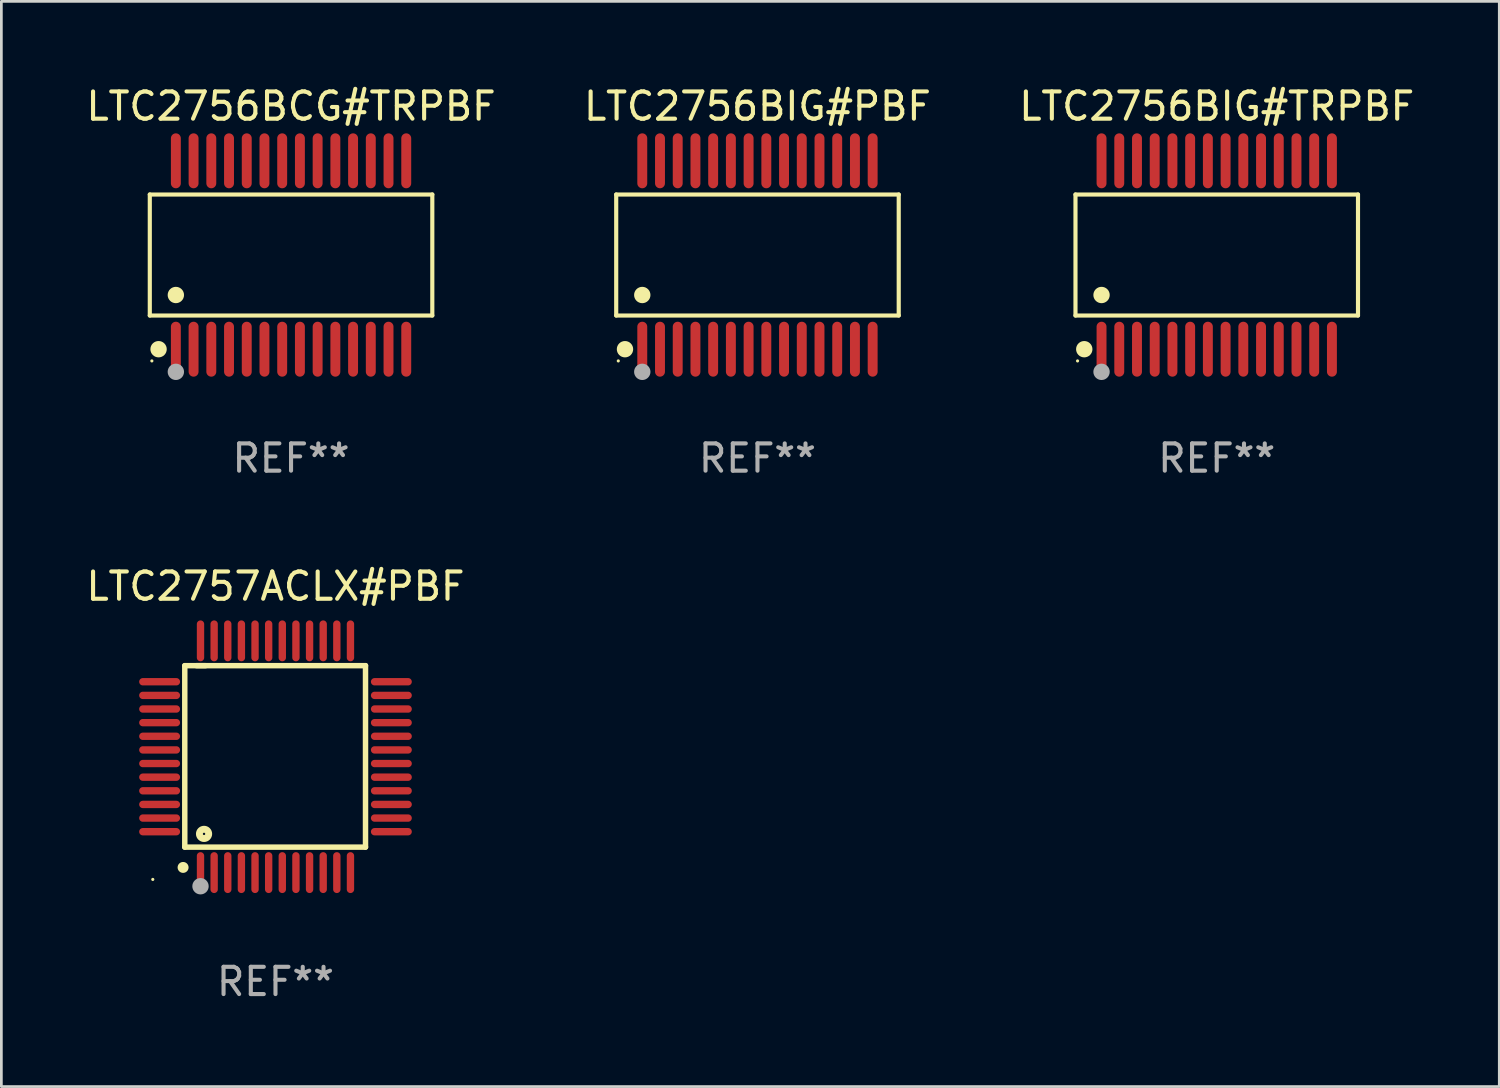
<source format=kicad_pcb>
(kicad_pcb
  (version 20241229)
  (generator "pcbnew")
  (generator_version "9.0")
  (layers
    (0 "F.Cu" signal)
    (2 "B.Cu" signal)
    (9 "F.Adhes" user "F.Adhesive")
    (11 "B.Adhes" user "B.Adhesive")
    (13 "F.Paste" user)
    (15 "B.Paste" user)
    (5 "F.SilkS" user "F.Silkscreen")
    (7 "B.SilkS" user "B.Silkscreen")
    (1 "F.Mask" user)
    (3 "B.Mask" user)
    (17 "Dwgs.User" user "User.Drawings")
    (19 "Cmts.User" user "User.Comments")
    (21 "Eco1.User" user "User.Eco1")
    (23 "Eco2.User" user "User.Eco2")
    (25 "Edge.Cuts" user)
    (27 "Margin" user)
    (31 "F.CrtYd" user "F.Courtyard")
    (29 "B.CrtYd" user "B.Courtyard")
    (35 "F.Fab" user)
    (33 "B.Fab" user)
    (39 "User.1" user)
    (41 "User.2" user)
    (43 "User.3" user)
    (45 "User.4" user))
  (footprint "LTC2756BCG#TRPBF"
    (layer "F.Cu")
    (at 7.625 6.303)
    (property "Reference" "LTC2756BCG#TRPBF" (at 0 -5.455 0) (layer "F.SilkS") (effects (font (size 1 1) (thickness 0.15))))
    (attr through_hole)
    (fp_line (start -5.181 -2.219) (end 5.181 -2.219) (stroke (width 0.152) (type solid)) (layer "F.SilkS"))
    (fp_line (start -5.181 2.219) (end -5.181 -2.219) (stroke (width 0.152) (type solid)) (layer "F.SilkS"))
    (fp_line (start 5.181 -2.219) (end 5.181 2.219) (stroke (width 0.152) (type solid)) (layer "F.SilkS"))
    (fp_line (start 5.181 2.219) (end -5.181 2.219) (stroke (width 0.152) (type solid)) (layer "F.SilkS"))
    (fp_circle (center -5.105 3.885) (end -5.075 3.885) (stroke (width 0.06) (type solid)) (fill no) (layer "F.SilkS"))
    (fp_circle (center -4.859 3.455) (end -4.709 3.455) (stroke (width 0.3) (type solid)) (fill no) (layer "F.SilkS"))
    (fp_circle (center -4.225 1.467) (end -4.075 1.467) (stroke (width 0.3) (type solid)) (fill no) (layer "F.SilkS"))
    (fp_circle (center -4.225 4.285) (end -4.075 4.285) (stroke (width 0.3) (type solid)) (fill no) (layer "F.Fab"))
    (fp_text user "REF**" (at 0 7.455 0) (layer "F.Fab") (effects (font (size 1 1) (thickness 0.15))))
    (pad "1" smd oval (at -4.225 3.455) (size 0.364 2.015) (layers "F.Cu" "F.Mask" "F.Paste"))
    (pad "2" smd oval (at -3.575 3.455) (size 0.364 2.015) (layers "F.Cu" "F.Mask" "F.Paste"))
    (pad "3" smd oval (at -2.925 3.455) (size 0.364 2.015) (layers "F.Cu" "F.Mask" "F.Paste"))
    (pad "4" smd oval (at -2.275 3.455) (size 0.364 2.015) (layers "F.Cu" "F.Mask" "F.Paste"))
    (pad "5" smd oval (at -1.625 3.455) (size 0.364 2.015) (layers "F.Cu" "F.Mask" "F.Paste"))
    (pad "6" smd oval (at -0.975 3.455) (size 0.364 2.015) (layers "F.Cu" "F.Mask" "F.Paste"))
    (pad "7" smd oval (at -0.325 3.455) (size 0.364 2.015) (layers "F.Cu" "F.Mask" "F.Paste"))
    (pad "8" smd oval (at 0.325 3.455) (size 0.364 2.015) (layers "F.Cu" "F.Mask" "F.Paste"))
    (pad "9" smd oval (at 0.975 3.455) (size 0.364 2.015) (layers "F.Cu" "F.Mask" "F.Paste"))
    (pad "10" smd oval (at 1.625 3.455) (size 0.364 2.015) (layers "F.Cu" "F.Mask" "F.Paste"))
    (pad "11" smd oval (at 2.275 3.455) (size 0.364 2.015) (layers "F.Cu" "F.Mask" "F.Paste"))
    (pad "12" smd oval (at 2.925 3.455) (size 0.364 2.015) (layers "F.Cu" "F.Mask" "F.Paste"))
    (pad "13" smd oval (at 3.575 3.455) (size 0.364 2.015) (layers "F.Cu" "F.Mask" "F.Paste"))
    (pad "14" smd oval (at 4.225 3.455) (size 0.364 2.015) (layers "F.Cu" "F.Mask" "F.Paste"))
    (pad "15" smd oval (at 4.225 -3.455) (size 0.364 2.015) (layers "F.Cu" "F.Mask" "F.Paste"))
    (pad "16" smd oval (at 3.575 -3.455) (size 0.364 2.015) (layers "F.Cu" "F.Mask" "F.Paste"))
    (pad "17" smd oval (at 2.925 -3.455) (size 0.364 2.015) (layers "F.Cu" "F.Mask" "F.Paste"))
    (pad "18" smd oval (at 2.275 -3.455) (size 0.364 2.015) (layers "F.Cu" "F.Mask" "F.Paste"))
    (pad "19" smd oval (at 1.625 -3.455) (size 0.364 2.015) (layers "F.Cu" "F.Mask" "F.Paste"))
    (pad "20" smd oval (at 0.975 -3.455) (size 0.364 2.015) (layers "F.Cu" "F.Mask" "F.Paste"))
    (pad "21" smd oval (at 0.325 -3.455) (size 0.364 2.015) (layers "F.Cu" "F.Mask" "F.Paste"))
    (pad "22" smd oval (at -0.325 -3.455) (size 0.364 2.015) (layers "F.Cu" "F.Mask" "F.Paste"))
    (pad "23" smd oval (at -0.975 -3.455) (size 0.364 2.015) (layers "F.Cu" "F.Mask" "F.Paste"))
    (pad "24" smd oval (at -1.625 -3.455) (size 0.364 2.015) (layers "F.Cu" "F.Mask" "F.Paste"))
    (pad "25" smd oval (at -2.275 -3.455) (size 0.364 2.015) (layers "F.Cu" "F.Mask" "F.Paste"))
    (pad "26" smd oval (at -2.925 -3.455) (size 0.364 2.015) (layers "F.Cu" "F.Mask" "F.Paste"))
    (pad "27" smd oval (at -3.575 -3.455) (size 0.364 2.015) (layers "F.Cu" "F.Mask" "F.Paste"))
    (pad "28" smd oval (at -4.225 -3.455) (size 0.364 2.015) (layers "F.Cu" "F.Mask" "F.Paste")))
  (footprint "LTC2756BIG#TRPBF"
    (layer "F.Cu")
    (at 41.577 6.303)
    (property "Reference" "LTC2756BIG#TRPBF" (at 0 -5.455 0) (layer "F.SilkS") (effects (font (size 1 1) (thickness 0.15))))
    (attr through_hole)
    (fp_line (start -5.181 -2.219) (end 5.181 -2.219) (stroke (width 0.152) (type solid)) (layer "F.SilkS"))
    (fp_line (start -5.181 2.219) (end -5.181 -2.219) (stroke (width 0.152) (type solid)) (layer "F.SilkS"))
    (fp_line (start 5.181 -2.219) (end 5.181 2.219) (stroke (width 0.152) (type solid)) (layer "F.SilkS"))
    (fp_line (start 5.181 2.219) (end -5.181 2.219) (stroke (width 0.152) (type solid)) (layer "F.SilkS"))
    (fp_circle (center -5.105 3.885) (end -5.075 3.885) (stroke (width 0.06) (type solid)) (fill no) (layer "F.SilkS"))
    (fp_circle (center -4.859 3.455) (end -4.709 3.455) (stroke (width 0.3) (type solid)) (fill no) (layer "F.SilkS"))
    (fp_circle (center -4.225 1.467) (end -4.075 1.467) (stroke (width 0.3) (type solid)) (fill no) (layer "F.SilkS"))
    (fp_circle (center -4.225 4.285) (end -4.075 4.285) (stroke (width 0.3) (type solid)) (fill no) (layer "F.Fab"))
    (fp_text user "REF**" (at 0 7.455 0) (layer "F.Fab") (effects (font (size 1 1) (thickness 0.15))))
    (pad "1" smd oval (at -4.225 3.455) (size 0.364 2.015) (layers "F.Cu" "F.Mask" "F.Paste"))
    (pad "2" smd oval (at -3.575 3.455) (size 0.364 2.015) (layers "F.Cu" "F.Mask" "F.Paste"))
    (pad "3" smd oval (at -2.925 3.455) (size 0.364 2.015) (layers "F.Cu" "F.Mask" "F.Paste"))
    (pad "4" smd oval (at -2.275 3.455) (size 0.364 2.015) (layers "F.Cu" "F.Mask" "F.Paste"))
    (pad "5" smd oval (at -1.625 3.455) (size 0.364 2.015) (layers "F.Cu" "F.Mask" "F.Paste"))
    (pad "6" smd oval (at -0.975 3.455) (size 0.364 2.015) (layers "F.Cu" "F.Mask" "F.Paste"))
    (pad "7" smd oval (at -0.325 3.455) (size 0.364 2.015) (layers "F.Cu" "F.Mask" "F.Paste"))
    (pad "8" smd oval (at 0.325 3.455) (size 0.364 2.015) (layers "F.Cu" "F.Mask" "F.Paste"))
    (pad "9" smd oval (at 0.975 3.455) (size 0.364 2.015) (layers "F.Cu" "F.Mask" "F.Paste"))
    (pad "10" smd oval (at 1.625 3.455) (size 0.364 2.015) (layers "F.Cu" "F.Mask" "F.Paste"))
    (pad "11" smd oval (at 2.275 3.455) (size 0.364 2.015) (layers "F.Cu" "F.Mask" "F.Paste"))
    (pad "12" smd oval (at 2.925 3.455) (size 0.364 2.015) (layers "F.Cu" "F.Mask" "F.Paste"))
    (pad "13" smd oval (at 3.575 3.455) (size 0.364 2.015) (layers "F.Cu" "F.Mask" "F.Paste"))
    (pad "14" smd oval (at 4.225 3.455) (size 0.364 2.015) (layers "F.Cu" "F.Mask" "F.Paste"))
    (pad "15" smd oval (at 4.225 -3.455) (size 0.364 2.015) (layers "F.Cu" "F.Mask" "F.Paste"))
    (pad "16" smd oval (at 3.575 -3.455) (size 0.364 2.015) (layers "F.Cu" "F.Mask" "F.Paste"))
    (pad "17" smd oval (at 2.925 -3.455) (size 0.364 2.015) (layers "F.Cu" "F.Mask" "F.Paste"))
    (pad "18" smd oval (at 2.275 -3.455) (size 0.364 2.015) (layers "F.Cu" "F.Mask" "F.Paste"))
    (pad "19" smd oval (at 1.625 -3.455) (size 0.364 2.015) (layers "F.Cu" "F.Mask" "F.Paste"))
    (pad "20" smd oval (at 0.975 -3.455) (size 0.364 2.015) (layers "F.Cu" "F.Mask" "F.Paste"))
    (pad "21" smd oval (at 0.325 -3.455) (size 0.364 2.015) (layers "F.Cu" "F.Mask" "F.Paste"))
    (pad "22" smd oval (at -0.325 -3.455) (size 0.364 2.015) (layers "F.Cu" "F.Mask" "F.Paste"))
    (pad "23" smd oval (at -0.975 -3.455) (size 0.364 2.015) (layers "F.Cu" "F.Mask" "F.Paste"))
    (pad "24" smd oval (at -1.625 -3.455) (size 0.364 2.015) (layers "F.Cu" "F.Mask" "F.Paste"))
    (pad "25" smd oval (at -2.275 -3.455) (size 0.364 2.015) (layers "F.Cu" "F.Mask" "F.Paste"))
    (pad "26" smd oval (at -2.925 -3.455) (size 0.364 2.015) (layers "F.Cu" "F.Mask" "F.Paste"))
    (pad "27" smd oval (at -3.575 -3.455) (size 0.364 2.015) (layers "F.Cu" "F.Mask" "F.Paste"))
    (pad "28" smd oval (at -4.225 -3.455) (size 0.364 2.015) (layers "F.Cu" "F.Mask" "F.Paste")))
  (footprint "LTC2757ACLX#PBF"
    (layer "F.Cu")
    (at 7.054 24.705)
    (property "Reference" "LTC2757ACLX#PBF" (at 0 -6.25 0) (layer "F.SilkS") (effects (font (size 1 1) (thickness 0.15))))
    (attr through_hole)
    (fp_line (start -3.327 -3.34) (end -2.565 -3.34) (stroke (width 0.2) (type solid)) (layer "F.SilkS"))
    (fp_line (start -3.327 3.315) (end -3.327 -3.34) (stroke (width 0.2) (type solid)) (layer "F.SilkS"))
    (fp_line (start -2.896 -3.34) (end 3.302 -3.34) (stroke (width 0.2) (type solid)) (layer "F.SilkS"))
    (fp_line (start 3.302 -3.34) (end 3.302 3.315) (stroke (width 0.2) (type solid)) (layer "F.SilkS"))
    (fp_line (start 3.302 3.315) (end -3.327 3.315) (stroke (width 0.2) (type solid)) (layer "F.SilkS"))
    (fp_arc (start -3.389992 4.059995) (mid -3.388722 4.059991) (end -3.387452 4.059995) (stroke (width 0.4) (type solid)) (layer "F.SilkS"))
    (fp_circle (center -4.5 4.5) (end -4.47 4.5) (stroke (width 0.06) (type solid)) (fill no) (layer "F.SilkS"))
    (fp_circle (center -2.62 2.83) (end -2.45 2.83) (stroke (width 0.254) (type solid)) (fill no) (layer "F.SilkS"))
    (fp_circle (center -2.75 4.75) (end -2.6 4.75) (stroke (width 0.3) (type solid)) (fill no) (layer "F.Fab"))
    (fp_text user "REF**" (at 0 8.25 0) (layer "F.Fab") (effects (font (size 1 1) (thickness 0.15))))
    (pad "1" smd oval (at -2.75 4.25) (size 0.27 1.5) (layers "F.Cu" "F.Mask" "F.Paste"))
    (pad "2" smd oval (at -2.25 4.25) (size 0.27 1.5) (layers "F.Cu" "F.Mask" "F.Paste"))
    (pad "3" smd oval (at -1.75 4.25) (size 0.27 1.5) (layers "F.Cu" "F.Mask" "F.Paste"))
    (pad "4" smd oval (at -1.25 4.25) (size 0.27 1.5) (layers "F.Cu" "F.Mask" "F.Paste"))
    (pad "5" smd oval (at -0.75 4.25) (size 0.27 1.5) (layers "F.Cu" "F.Mask" "F.Paste"))
    (pad "6" smd oval (at -0.25 4.25) (size 0.27 1.5) (layers "F.Cu" "F.Mask" "F.Paste"))
    (pad "7" smd oval (at 0.25 4.25) (size 0.27 1.5) (layers "F.Cu" "F.Mask" "F.Paste"))
    (pad "8" smd oval (at 0.75 4.25) (size 0.27 1.5) (layers "F.Cu" "F.Mask" "F.Paste"))
    (pad "9" smd oval (at 1.25 4.25) (size 0.27 1.5) (layers "F.Cu" "F.Mask" "F.Paste"))
    (pad "10" smd oval (at 1.75 4.25) (size 0.27 1.5) (layers "F.Cu" "F.Mask" "F.Paste"))
    (pad "11" smd oval (at 2.25 4.25) (size 0.27 1.5) (layers "F.Cu" "F.Mask" "F.Paste"))
    (pad "12" smd oval (at 2.75 4.25) (size 0.27 1.5) (layers "F.Cu" "F.Mask" "F.Paste"))
    (pad "13" smd oval (at 4.25 2.75) (size 1.5 0.27) (layers "F.Cu" "F.Mask" "F.Paste"))
    (pad "14" smd oval (at 4.25 2.25) (size 1.5 0.27) (layers "F.Cu" "F.Mask" "F.Paste"))
    (pad "15" smd oval (at 4.25 1.75) (size 1.5 0.27) (layers "F.Cu" "F.Mask" "F.Paste"))
    (pad "16" smd oval (at 4.25 1.25) (size 1.5 0.27) (layers "F.Cu" "F.Mask" "F.Paste"))
    (pad "17" smd oval (at 4.25 0.75) (size 1.5 0.27) (layers "F.Cu" "F.Mask" "F.Paste"))
    (pad "18" smd oval (at 4.25 0.25) (size 1.5 0.27) (layers "F.Cu" "F.Mask" "F.Paste"))
    (pad "19" smd oval (at 4.25 -0.25) (size 1.5 0.27) (layers "F.Cu" "F.Mask" "F.Paste"))
    (pad "20" smd oval (at 4.25 -0.75) (size 1.5 0.27) (layers "F.Cu" "F.Mask" "F.Paste"))
    (pad "21" smd oval (at 4.25 -1.25) (size 1.5 0.27) (layers "F.Cu" "F.Mask" "F.Paste"))
    (pad "22" smd oval (at 4.25 -1.75) (size 1.5 0.27) (layers "F.Cu" "F.Mask" "F.Paste"))
    (pad "23" smd oval (at 4.25 -2.25) (size 1.5 0.27) (layers "F.Cu" "F.Mask" "F.Paste"))
    (pad "24" smd oval (at 4.25 -2.75) (size 1.5 0.27) (layers "F.Cu" "F.Mask" "F.Paste"))
    (pad "25" smd oval (at 2.75 -4.25) (size 0.27 1.5) (layers "F.Cu" "F.Mask" "F.Paste"))
    (pad "26" smd oval (at 2.25 -4.25) (size 0.27 1.5) (layers "F.Cu" "F.Mask" "F.Paste"))
    (pad "27" smd oval (at 1.75 -4.25) (size 0.27 1.5) (layers "F.Cu" "F.Mask" "F.Paste"))
    (pad "28" smd oval (at 1.25 -4.25) (size 0.27 1.5) (layers "F.Cu" "F.Mask" "F.Paste"))
    (pad "29" smd oval (at 0.75 -4.25) (size 0.27 1.5) (layers "F.Cu" "F.Mask" "F.Paste"))
    (pad "30" smd oval (at 0.25 -4.25) (size 0.27 1.5) (layers "F.Cu" "F.Mask" "F.Paste"))
    (pad "31" smd oval (at -0.25 -4.25) (size 0.27 1.5) (layers "F.Cu" "F.Mask" "F.Paste"))
    (pad "32" smd oval (at -0.75 -4.25) (size 0.27 1.5) (layers "F.Cu" "F.Mask" "F.Paste"))
    (pad "33" smd oval (at -1.25 -4.25) (size 0.27 1.5) (layers "F.Cu" "F.Mask" "F.Paste"))
    (pad "34" smd oval (at -1.75 -4.25) (size 0.27 1.5) (layers "F.Cu" "F.Mask" "F.Paste"))
    (pad "35" smd oval (at -2.25 -4.25) (size 0.27 1.5) (layers "F.Cu" "F.Mask" "F.Paste"))
    (pad "36" smd oval (at -2.75 -4.25) (size 0.27 1.5) (layers "F.Cu" "F.Mask" "F.Paste"))
    (pad "37" smd oval (at -4.25 -2.75) (size 1.5 0.27) (layers "F.Cu" "F.Mask" "F.Paste"))
    (pad "38" smd oval (at -4.25 -2.25) (size 1.5 0.27) (layers "F.Cu" "F.Mask" "F.Paste"))
    (pad "39" smd oval (at -4.25 -1.75) (size 1.5 0.27) (layers "F.Cu" "F.Mask" "F.Paste"))
    (pad "40" smd oval (at -4.25 -1.25) (size 1.5 0.27) (layers "F.Cu" "F.Mask" "F.Paste"))
    (pad "41" smd oval (at -4.25 -0.75) (size 1.5 0.27) (layers "F.Cu" "F.Mask" "F.Paste"))
    (pad "42" smd oval (at -4.25 -0.25) (size 1.5 0.27) (layers "F.Cu" "F.Mask" "F.Paste"))
    (pad "43" smd oval (at -4.25 0.25) (size 1.5 0.27) (layers "F.Cu" "F.Mask" "F.Paste"))
    (pad "44" smd oval (at -4.25 0.75) (size 1.5 0.27) (layers "F.Cu" "F.Mask" "F.Paste"))
    (pad "45" smd oval (at -4.25 1.25) (size 1.5 0.27) (layers "F.Cu" "F.Mask" "F.Paste"))
    (pad "46" smd oval (at -4.25 1.75) (size 1.5 0.27) (layers "F.Cu" "F.Mask" "F.Paste"))
    (pad "47" smd oval (at -4.25 2.25) (size 1.5 0.27) (layers "F.Cu" "F.Mask" "F.Paste"))
    (pad "48" smd oval (at -4.25 2.75) (size 1.5 0.27) (layers "F.Cu" "F.Mask" "F.Paste")))
  (footprint "LTC2756BIG#PBF"
    (layer "F.Cu")
    (at 24.732 6.303)
    (property "Reference" "LTC2756BIG#PBF" (at 0 -5.455 0) (layer "F.SilkS") (effects (font (size 1 1) (thickness 0.15))))
    (attr through_hole)
    (fp_line (start -5.181 -2.219) (end 5.181 -2.219) (stroke (width 0.152) (type solid)) (layer "F.SilkS"))
    (fp_line (start -5.181 2.219) (end -5.181 -2.219) (stroke (width 0.152) (type solid)) (layer "F.SilkS"))
    (fp_line (start 5.181 -2.219) (end 5.181 2.219) (stroke (width 0.152) (type solid)) (layer "F.SilkS"))
    (fp_line (start 5.181 2.219) (end -5.181 2.219) (stroke (width 0.152) (type solid)) (layer "F.SilkS"))
    (fp_circle (center -5.105 3.885) (end -5.075 3.885) (stroke (width 0.06) (type solid)) (fill no) (layer "F.SilkS"))
    (fp_circle (center -4.859 3.455) (end -4.709 3.455) (stroke (width 0.3) (type solid)) (fill no) (layer "F.SilkS"))
    (fp_circle (center -4.225 1.467) (end -4.075 1.467) (stroke (width 0.3) (type solid)) (fill no) (layer "F.SilkS"))
    (fp_circle (center -4.225 4.285) (end -4.075 4.285) (stroke (width 0.3) (type solid)) (fill no) (layer "F.Fab"))
    (fp_text user "REF**" (at 0 7.455 0) (layer "F.Fab") (effects (font (size 1 1) (thickness 0.15))))
    (pad "1" smd oval (at -4.225 3.455) (size 0.364 2.015) (layers "F.Cu" "F.Mask" "F.Paste"))
    (pad "2" smd oval (at -3.575 3.455) (size 0.364 2.015) (layers "F.Cu" "F.Mask" "F.Paste"))
    (pad "3" smd oval (at -2.925 3.455) (size 0.364 2.015) (layers "F.Cu" "F.Mask" "F.Paste"))
    (pad "4" smd oval (at -2.275 3.455) (size 0.364 2.015) (layers "F.Cu" "F.Mask" "F.Paste"))
    (pad "5" smd oval (at -1.625 3.455) (size 0.364 2.015) (layers "F.Cu" "F.Mask" "F.Paste"))
    (pad "6" smd oval (at -0.975 3.455) (size 0.364 2.015) (layers "F.Cu" "F.Mask" "F.Paste"))
    (pad "7" smd oval (at -0.325 3.455) (size 0.364 2.015) (layers "F.Cu" "F.Mask" "F.Paste"))
    (pad "8" smd oval (at 0.325 3.455) (size 0.364 2.015) (layers "F.Cu" "F.Mask" "F.Paste"))
    (pad "9" smd oval (at 0.975 3.455) (size 0.364 2.015) (layers "F.Cu" "F.Mask" "F.Paste"))
    (pad "10" smd oval (at 1.625 3.455) (size 0.364 2.015) (layers "F.Cu" "F.Mask" "F.Paste"))
    (pad "11" smd oval (at 2.275 3.455) (size 0.364 2.015) (layers "F.Cu" "F.Mask" "F.Paste"))
    (pad "12" smd oval (at 2.925 3.455) (size 0.364 2.015) (layers "F.Cu" "F.Mask" "F.Paste"))
    (pad "13" smd oval (at 3.575 3.455) (size 0.364 2.015) (layers "F.Cu" "F.Mask" "F.Paste"))
    (pad "14" smd oval (at 4.225 3.455) (size 0.364 2.015) (layers "F.Cu" "F.Mask" "F.Paste"))
    (pad "15" smd oval (at 4.225 -3.455) (size 0.364 2.015) (layers "F.Cu" "F.Mask" "F.Paste"))
    (pad "16" smd oval (at 3.575 -3.455) (size 0.364 2.015) (layers "F.Cu" "F.Mask" "F.Paste"))
    (pad "17" smd oval (at 2.925 -3.455) (size 0.364 2.015) (layers "F.Cu" "F.Mask" "F.Paste"))
    (pad "18" smd oval (at 2.275 -3.455) (size 0.364 2.015) (layers "F.Cu" "F.Mask" "F.Paste"))
    (pad "19" smd oval (at 1.625 -3.455) (size 0.364 2.015) (layers "F.Cu" "F.Mask" "F.Paste"))
    (pad "20" smd oval (at 0.975 -3.455) (size 0.364 2.015) (layers "F.Cu" "F.Mask" "F.Paste"))
    (pad "21" smd oval (at 0.325 -3.455) (size 0.364 2.015) (layers "F.Cu" "F.Mask" "F.Paste"))
    (pad "22" smd oval (at -0.325 -3.455) (size 0.364 2.015) (layers "F.Cu" "F.Mask" "F.Paste"))
    (pad "23" smd oval (at -0.975 -3.455) (size 0.364 2.015) (layers "F.Cu" "F.Mask" "F.Paste"))
    (pad "24" smd oval (at -1.625 -3.455) (size 0.364 2.015) (layers "F.Cu" "F.Mask" "F.Paste"))
    (pad "25" smd oval (at -2.275 -3.455) (size 0.364 2.015) (layers "F.Cu" "F.Mask" "F.Paste"))
    (pad "26" smd oval (at -2.925 -3.455) (size 0.364 2.015) (layers "F.Cu" "F.Mask" "F.Paste"))
    (pad "27" smd oval (at -3.575 -3.455) (size 0.364 2.015) (layers "F.Cu" "F.Mask" "F.Paste"))
    (pad "28" smd oval (at -4.225 -3.455) (size 0.364 2.015) (layers "F.Cu" "F.Mask" "F.Paste")))
  (gr_rect
    (start -3 -3)
    (end 51.94 36.803)
    (stroke (width 0.1) (type default))
    (fill no)
    (layer "Edge.Cuts")))
</source>
